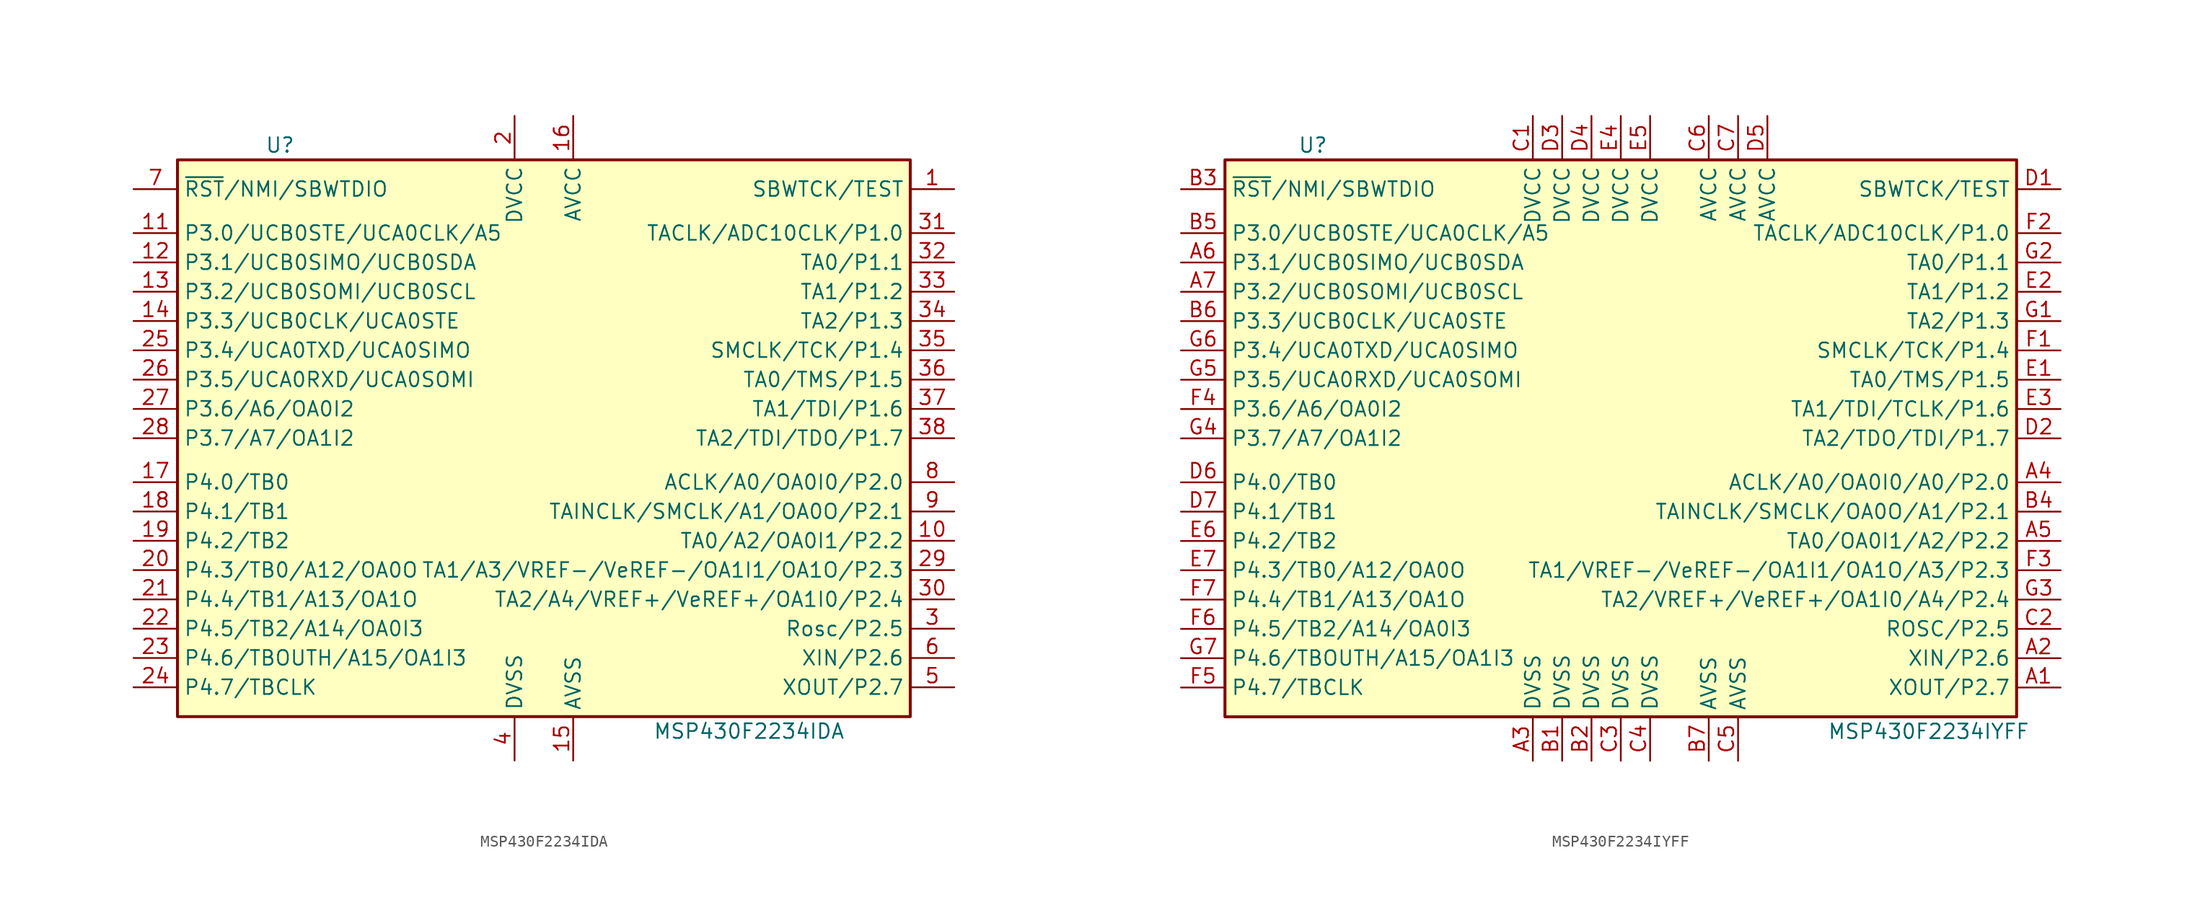
<source format=kicad_sym>
(kicad_symbol_lib
  (version 20201005)
  (generator kicad_symbol_editor)
  (symbol "MSP430F2234IDA"
    (property "Reference" "U"
      (at -22.86 25.4 0)
      (effects (font (size 1.27 1.27))))
    (property "Value" "MSP430F2234IDA"
      (at 17.78 -25.4 0)
      (effects (font (size 1.27 1.27))))
    (symbol "MSP430F2234IDA_0_1"
      (rectangle (start -31.75 24.13) (end 31.75 -24.13) (stroke (width 0.254)) (fill (type background))))
    (symbol "MSP430F2234IDA_1_1"
      (pin input line (at 35.56 21.59 180) (length 3.81) (name "SBWTCK/TEST" (effects (font (size 1.27 1.27)))) (number "1" (effects (font (size 1.27 1.27)))))
      (pin bidirectional line (at 35.56 -8.89 180) (length 3.81) (name "TA0/A2/OA0I1/P2.2" (effects (font (size 1.27 1.27)))) (number "10" (effects (font (size 1.27 1.27)))))
      (pin bidirectional line (at -35.56 17.78 0) (length 3.81) (name "P3.0/UCB0STE/UCA0CLK/A5" (effects (font (size 1.27 1.27)))) (number "11" (effects (font (size 1.27 1.27)))))
      (pin bidirectional line (at -35.56 15.24 0) (length 3.81) (name "P3.1/UCB0SIMO/UCB0SDA" (effects (font (size 1.27 1.27)))) (number "12" (effects (font (size 1.27 1.27)))))
      (pin bidirectional line (at -35.56 12.7 0) (length 3.81) (name "P3.2/UCB0SOMI/UCB0SCL" (effects (font (size 1.27 1.27)))) (number "13" (effects (font (size 1.27 1.27)))))
      (pin bidirectional line (at -35.56 10.16 0) (length 3.81) (name "P3.3/UCB0CLK/UCA0STE" (effects (font (size 1.27 1.27)))) (number "14" (effects (font (size 1.27 1.27)))))
      (pin power_in line (at 2.54 -27.94 90) (length 3.81) (name "AVSS" (effects (font (size 1.27 1.27)))) (number "15" (effects (font (size 1.27 1.27)))))
      (pin power_in line (at 2.54 27.94 270) (length 3.81) (name "AVCC" (effects (font (size 1.27 1.27)))) (number "16" (effects (font (size 1.27 1.27)))))
      (pin bidirectional line (at -35.56 -3.81 0) (length 3.81) (name "P4.0/TB0" (effects (font (size 1.27 1.27)))) (number "17" (effects (font (size 1.27 1.27)))))
      (pin bidirectional line (at -35.56 -6.35 0) (length 3.81) (name "P4.1/TB1" (effects (font (size 1.27 1.27)))) (number "18" (effects (font (size 1.27 1.27)))))
      (pin bidirectional line (at -35.56 -8.89 0) (length 3.81) (name "P4.2/TB2" (effects (font (size 1.27 1.27)))) (number "19" (effects (font (size 1.27 1.27)))))
      (pin power_in line (at -2.54 27.94 270) (length 3.81) (name "DVCC" (effects (font (size 1.27 1.27)))) (number "2" (effects (font (size 1.27 1.27)))))
      (pin bidirectional line (at -35.56 -11.43 0) (length 3.81) (name "P4.3/TB0/A12/OA0O" (effects (font (size 1.27 1.27)))) (number "20" (effects (font (size 1.27 1.27)))))
      (pin bidirectional line (at -35.56 -13.97 0) (length 3.81) (name "P4.4/TB1/A13/OA1O" (effects (font (size 1.27 1.27)))) (number "21" (effects (font (size 1.27 1.27)))))
      (pin bidirectional line (at -35.56 -16.51 0) (length 3.81) (name "P4.5/TB2/A14/OA0I3" (effects (font (size 1.27 1.27)))) (number "22" (effects (font (size 1.27 1.27)))))
      (pin bidirectional line (at -35.56 -19.05 0) (length 3.81) (name "P4.6/TBOUTH/A15/OA1I3" (effects (font (size 1.27 1.27)))) (number "23" (effects (font (size 1.27 1.27)))))
      (pin bidirectional line (at -35.56 -21.59 0) (length 3.81) (name "P4.7/TBCLK" (effects (font (size 1.27 1.27)))) (number "24" (effects (font (size 1.27 1.27)))))
      (pin bidirectional line (at -35.56 7.62 0) (length 3.81) (name "P3.4/UCA0TXD/UCA0SIMO" (effects (font (size 1.27 1.27)))) (number "25" (effects (font (size 1.27 1.27)))))
      (pin bidirectional line (at -35.56 5.08 0) (length 3.81) (name "P3.5/UCA0RXD/UCA0SOMI" (effects (font (size 1.27 1.27)))) (number "26" (effects (font (size 1.27 1.27)))))
      (pin bidirectional line (at -35.56 2.54 0) (length 3.81) (name "P3.6/A6/OA0I2" (effects (font (size 1.27 1.27)))) (number "27" (effects (font (size 1.27 1.27)))))
      (pin bidirectional line (at -35.56 0 0) (length 3.81) (name "P3.7/A7/OA1I2" (effects (font (size 1.27 1.27)))) (number "28" (effects (font (size 1.27 1.27)))))
      (pin bidirectional line (at 35.56 -11.43 180) (length 3.81) (name "TA1/A3/VREF-/VeREF-/OA1I1/OA1O/P2.3" (effects (font (size 1.27 1.27)))) (number "29" (effects (font (size 1.27 1.27)))))
      (pin bidirectional line (at 35.56 -16.51 180) (length 3.81) (name "Rosc/P2.5" (effects (font (size 1.27 1.27)))) (number "3" (effects (font (size 1.27 1.27)))))
      (pin bidirectional line (at 35.56 -13.97 180) (length 3.81) (name "TA2/A4/VREF+/VeREF+/OA1I0/P2.4" (effects (font (size 1.27 1.27)))) (number "30" (effects (font (size 1.27 1.27)))))
      (pin bidirectional line (at 35.56 17.78 180) (length 3.81) (name "TACLK/ADC10CLK/P1.0" (effects (font (size 1.27 1.27)))) (number "31" (effects (font (size 1.27 1.27)))))
      (pin bidirectional line (at 35.56 15.24 180) (length 3.81) (name "TA0/P1.1" (effects (font (size 1.27 1.27)))) (number "32" (effects (font (size 1.27 1.27)))))
      (pin bidirectional line (at 35.56 12.7 180) (length 3.81) (name "TA1/P1.2" (effects (font (size 1.27 1.27)))) (number "33" (effects (font (size 1.27 1.27)))))
      (pin bidirectional line (at 35.56 10.16 180) (length 3.81) (name "TA2/P1.3" (effects (font (size 1.27 1.27)))) (number "34" (effects (font (size 1.27 1.27)))))
      (pin bidirectional line (at 35.56 7.62 180) (length 3.81) (name "SMCLK/TCK/P1.4" (effects (font (size 1.27 1.27)))) (number "35" (effects (font (size 1.27 1.27)))))
      (pin bidirectional line (at 35.56 5.08 180) (length 3.81) (name "TA0/TMS/P1.5" (effects (font (size 1.27 1.27)))) (number "36" (effects (font (size 1.27 1.27)))))
      (pin bidirectional line (at 35.56 2.54 180) (length 3.81) (name "TA1/TDI/P1.6" (effects (font (size 1.27 1.27)))) (number "37" (effects (font (size 1.27 1.27)))))
      (pin bidirectional line (at 35.56 0 180) (length 3.81) (name "TA2/TDI/TDO/P1.7" (effects (font (size 1.27 1.27)))) (number "38" (effects (font (size 1.27 1.27)))))
      (pin power_in line (at -2.54 -27.94 90) (length 3.81) (name "DVSS" (effects (font (size 1.27 1.27)))) (number "4" (effects (font (size 1.27 1.27)))))
      (pin bidirectional line (at 35.56 -21.59 180) (length 3.81) (name "XOUT/P2.7" (effects (font (size 1.27 1.27)))) (number "5" (effects (font (size 1.27 1.27)))))
      (pin bidirectional line (at 35.56 -19.05 180) (length 3.81) (name "XIN/P2.6" (effects (font (size 1.27 1.27)))) (number "6" (effects (font (size 1.27 1.27)))))
      (pin bidirectional line (at -35.56 21.59 0) (length 3.81) (name "~RST~/NMI/SBWTDIO" (effects (font (size 1.27 1.27)))) (number "7" (effects (font (size 1.27 1.27)))))
      (pin bidirectional line (at 35.56 -3.81 180) (length 3.81) (name "ACLK/A0/OA0I0/P2.0" (effects (font (size 1.27 1.27)))) (number "8" (effects (font (size 1.27 1.27)))))
      (pin bidirectional line (at 35.56 -6.35 180) (length 3.81) (name "TAINCLK/SMCLK/A1/OA0O/P2.1" (effects (font (size 1.27 1.27)))) (number "9" (effects (font (size 1.27 1.27)))))))
  (symbol "MSP430F2234IYFF"
    (property "Reference" "U"
      (at -26.67 25.4 0)
      (effects (font (size 1.27 1.27))))
    (property "Value" "MSP430F2234IYFF"
      (at 26.67 -25.4 0)
      (effects (font (size 1.27 1.27))))
    (symbol "MSP430F2234IYFF_0_1"
      (rectangle (start -34.29 24.13) (end 34.29 -24.13) (stroke (width 0.254)) (fill (type background))))
    (symbol "MSP430F2234IYFF_1_1"
      (pin bidirectional line (at 38.1 -21.59 180) (length 3.81) (name "XOUT/P2.7" (effects (font (size 1.27 1.27)))) (number "A1" (effects (font (size 1.27 1.27)))))
      (pin bidirectional line (at 38.1 -19.05 180) (length 3.81) (name "XIN/P2.6" (effects (font (size 1.27 1.27)))) (number "A2" (effects (font (size 1.27 1.27)))))
      (pin power_in line (at -7.62 -27.94 90) (length 3.81) (name "DVSS" (effects (font (size 1.27 1.27)))) (number "A3" (effects (font (size 1.27 1.27)))))
      (pin bidirectional line (at 38.1 -3.81 180) (length 3.81) (name "ACLK/A0/OA0I0/A0/P2.0" (effects (font (size 1.27 1.27)))) (number "A4" (effects (font (size 1.27 1.27)))))
      (pin bidirectional line (at 38.1 -8.89 180) (length 3.81) (name "TA0/OA0I1/A2/P2.2" (effects (font (size 1.27 1.27)))) (number "A5" (effects (font (size 1.27 1.27)))))
      (pin bidirectional line (at -38.1 15.24 0) (length 3.81) (name "P3.1/UCB0SIMO/UCB0SDA" (effects (font (size 1.27 1.27)))) (number "A6" (effects (font (size 1.27 1.27)))))
      (pin bidirectional line (at -38.1 12.7 0) (length 3.81) (name "P3.2/UCB0SOMI/UCB0SCL" (effects (font (size 1.27 1.27)))) (number "A7" (effects (font (size 1.27 1.27)))))
      (pin power_in line (at -5.08 -27.94 90) (length 3.81) (name "DVSS" (effects (font (size 1.27 1.27)))) (number "B1" (effects (font (size 1.27 1.27)))))
      (pin power_in line (at -2.54 -27.94 90) (length 3.81) (name "DVSS" (effects (font (size 1.27 1.27)))) (number "B2" (effects (font (size 1.27 1.27)))))
      (pin input line (at -38.1 21.59 0) (length 3.81) (name "~RST~/NMI/SBWTDIO" (effects (font (size 1.27 1.27)))) (number "B3" (effects (font (size 1.27 1.27)))))
      (pin bidirectional line (at 38.1 -6.35 180) (length 3.81) (name "TAINCLK/SMCLK/OA0O/A1/P2.1" (effects (font (size 1.27 1.27)))) (number "B4" (effects (font (size 1.27 1.27)))))
      (pin bidirectional line (at -38.1 17.78 0) (length 3.81) (name "P3.0/UCB0STE/UCA0CLK/A5" (effects (font (size 1.27 1.27)))) (number "B5" (effects (font (size 1.27 1.27)))))
      (pin bidirectional line (at -38.1 10.16 0) (length 3.81) (name "P3.3/UCB0CLK/UCA0STE" (effects (font (size 1.27 1.27)))) (number "B6" (effects (font (size 1.27 1.27)))))
      (pin power_in line (at 7.62 -27.94 90) (length 3.81) (name "AVSS" (effects (font (size 1.27 1.27)))) (number "B7" (effects (font (size 1.27 1.27)))))
      (pin power_in line (at -7.62 27.94 270) (length 3.81) (name "DVCC" (effects (font (size 1.27 1.27)))) (number "C1" (effects (font (size 1.27 1.27)))))
      (pin bidirectional line (at 38.1 -16.51 180) (length 3.81) (name "ROSC/P2.5" (effects (font (size 1.27 1.27)))) (number "C2" (effects (font (size 1.27 1.27)))))
      (pin power_in line (at 0 -27.94 90) (length 3.81) (name "DVSS" (effects (font (size 1.27 1.27)))) (number "C3" (effects (font (size 1.27 1.27)))))
      (pin power_in line (at 2.54 -27.94 90) (length 3.81) (name "DVSS" (effects (font (size 1.27 1.27)))) (number "C4" (effects (font (size 1.27 1.27)))))
      (pin power_in line (at 10.16 -27.94 90) (length 3.81) (name "AVSS" (effects (font (size 1.27 1.27)))) (number "C5" (effects (font (size 1.27 1.27)))))
      (pin power_in line (at 7.62 27.94 270) (length 3.81) (name "AVCC" (effects (font (size 1.27 1.27)))) (number "C6" (effects (font (size 1.27 1.27)))))
      (pin power_in line (at 10.16 27.94 270) (length 3.81) (name "AVCC" (effects (font (size 1.27 1.27)))) (number "C7" (effects (font (size 1.27 1.27)))))
      (pin input line (at 38.1 21.59 180) (length 3.81) (name "SBWTCK/TEST" (effects (font (size 1.27 1.27)))) (number "D1" (effects (font (size 1.27 1.27)))))
      (pin bidirectional line (at 38.1 0 180) (length 3.81) (name "TA2/TDO/TDI/P1.7" (effects (font (size 1.27 1.27)))) (number "D2" (effects (font (size 1.27 1.27)))))
      (pin power_in line (at -5.08 27.94 270) (length 3.81) (name "DVCC" (effects (font (size 1.27 1.27)))) (number "D3" (effects (font (size 1.27 1.27)))))
      (pin power_in line (at -2.54 27.94 270) (length 3.81) (name "DVCC" (effects (font (size 1.27 1.27)))) (number "D4" (effects (font (size 1.27 1.27)))))
      (pin power_in line (at 12.7 27.94 270) (length 3.81) (name "AVCC" (effects (font (size 1.27 1.27)))) (number "D5" (effects (font (size 1.27 1.27)))))
      (pin bidirectional line (at -38.1 -3.81 0) (length 3.81) (name "P4.0/TB0" (effects (font (size 1.27 1.27)))) (number "D6" (effects (font (size 1.27 1.27)))))
      (pin bidirectional line (at -38.1 -6.35 0) (length 3.81) (name "P4.1/TB1" (effects (font (size 1.27 1.27)))) (number "D7" (effects (font (size 1.27 1.27)))))
      (pin bidirectional line (at 38.1 5.08 180) (length 3.81) (name "TA0/TMS/P1.5" (effects (font (size 1.27 1.27)))) (number "E1" (effects (font (size 1.27 1.27)))))
      (pin bidirectional line (at 38.1 12.7 180) (length 3.81) (name "TA1/P1.2" (effects (font (size 1.27 1.27)))) (number "E2" (effects (font (size 1.27 1.27)))))
      (pin bidirectional line (at 38.1 2.54 180) (length 3.81) (name "TA1/TDI/TCLK/P1.6" (effects (font (size 1.27 1.27)))) (number "E3" (effects (font (size 1.27 1.27)))))
      (pin power_in line (at 0 27.94 270) (length 3.81) (name "DVCC" (effects (font (size 1.27 1.27)))) (number "E4" (effects (font (size 1.27 1.27)))))
      (pin power_in line (at 2.54 27.94 270) (length 3.81) (name "DVCC" (effects (font (size 1.27 1.27)))) (number "E5" (effects (font (size 1.27 1.27)))))
      (pin bidirectional line (at -38.1 -8.89 0) (length 3.81) (name "P4.2/TB2" (effects (font (size 1.27 1.27)))) (number "E6" (effects (font (size 1.27 1.27)))))
      (pin bidirectional line (at -38.1 -11.43 0) (length 3.81) (name "P4.3/TB0/A12/OA0O" (effects (font (size 1.27 1.27)))) (number "E7" (effects (font (size 1.27 1.27)))))
      (pin bidirectional line (at 38.1 7.62 180) (length 3.81) (name "SMCLK/TCK/P1.4" (effects (font (size 1.27 1.27)))) (number "F1" (effects (font (size 1.27 1.27)))))
      (pin bidirectional line (at 38.1 17.78 180) (length 3.81) (name "TACLK/ADC10CLK/P1.0" (effects (font (size 1.27 1.27)))) (number "F2" (effects (font (size 1.27 1.27)))))
      (pin bidirectional line (at 38.1 -11.43 180) (length 3.81) (name "TA1/VREF-/VeREF-/OA1I1/OA1O/A3/P2.3" (effects (font (size 1.27 1.27)))) (number "F3" (effects (font (size 1.27 1.27)))))
      (pin bidirectional line (at -38.1 2.54 0) (length 3.81) (name "P3.6/A6/OA0I2" (effects (font (size 1.27 1.27)))) (number "F4" (effects (font (size 1.27 1.27)))))
      (pin bidirectional line (at -38.1 -21.59 0) (length 3.81) (name "P4.7/TBCLK" (effects (font (size 1.27 1.27)))) (number "F5" (effects (font (size 1.27 1.27)))))
      (pin bidirectional line (at -38.1 -16.51 0) (length 3.81) (name "P4.5/TB2/A14/OA0I3" (effects (font (size 1.27 1.27)))) (number "F6" (effects (font (size 1.27 1.27)))))
      (pin bidirectional line (at -38.1 -13.97 0) (length 3.81) (name "P4.4/TB1/A13/OA1O" (effects (font (size 1.27 1.27)))) (number "F7" (effects (font (size 1.27 1.27)))))
      (pin bidirectional line (at 38.1 10.16 180) (length 3.81) (name "TA2/P1.3" (effects (font (size 1.27 1.27)))) (number "G1" (effects (font (size 1.27 1.27)))))
      (pin bidirectional line (at 38.1 15.24 180) (length 3.81) (name "TA0/P1.1" (effects (font (size 1.27 1.27)))) (number "G2" (effects (font (size 1.27 1.27)))))
      (pin bidirectional line (at 38.1 -13.97 180) (length 3.81) (name "TA2/VREF+/VeREF+/OA1I0/A4/P2.4" (effects (font (size 1.27 1.27)))) (number "G3" (effects (font (size 1.27 1.27)))))
      (pin bidirectional line (at -38.1 0 0) (length 3.81) (name "P3.7/A7/OA1I2" (effects (font (size 1.27 1.27)))) (number "G4" (effects (font (size 1.27 1.27)))))
      (pin bidirectional line (at -38.1 5.08 0) (length 3.81) (name "P3.5/UCA0RXD/UCA0SOMI" (effects (font (size 1.27 1.27)))) (number "G5" (effects (font (size 1.27 1.27)))))
      (pin bidirectional line (at -38.1 7.62 0) (length 3.81) (name "P3.4/UCA0TXD/UCA0SIMO" (effects (font (size 1.27 1.27)))) (number "G6" (effects (font (size 1.27 1.27)))))
      (pin bidirectional line (at -38.1 -19.05 0) (length 3.81) (name "P4.6/TBOUTH/A15/OA1I3" (effects (font (size 1.27 1.27)))) (number "G7" (effects (font (size 1.27 1.27))))))))
</source>
